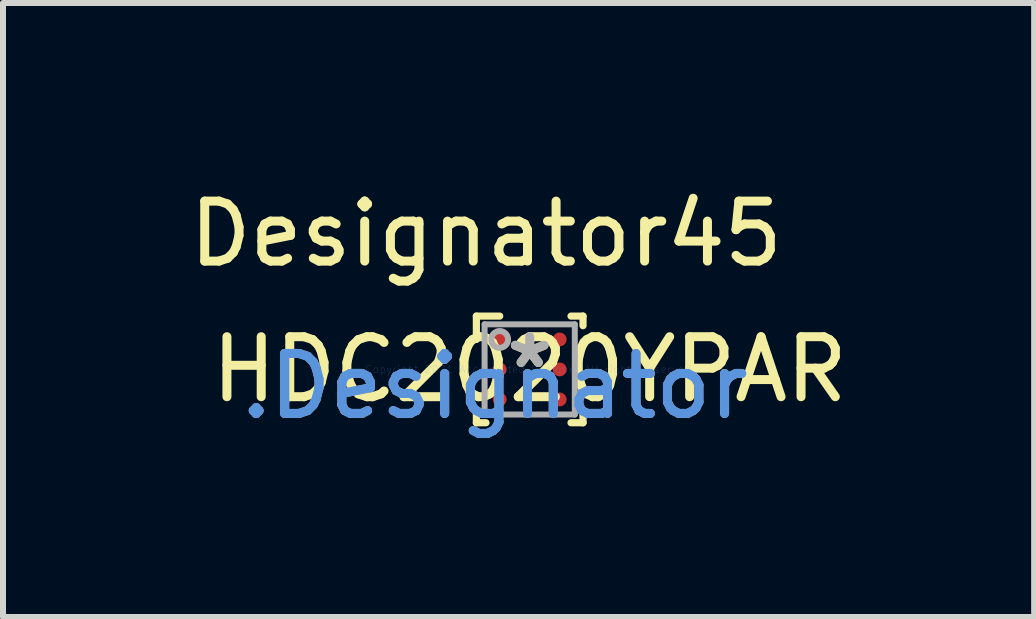
<source format=kicad_pcb>
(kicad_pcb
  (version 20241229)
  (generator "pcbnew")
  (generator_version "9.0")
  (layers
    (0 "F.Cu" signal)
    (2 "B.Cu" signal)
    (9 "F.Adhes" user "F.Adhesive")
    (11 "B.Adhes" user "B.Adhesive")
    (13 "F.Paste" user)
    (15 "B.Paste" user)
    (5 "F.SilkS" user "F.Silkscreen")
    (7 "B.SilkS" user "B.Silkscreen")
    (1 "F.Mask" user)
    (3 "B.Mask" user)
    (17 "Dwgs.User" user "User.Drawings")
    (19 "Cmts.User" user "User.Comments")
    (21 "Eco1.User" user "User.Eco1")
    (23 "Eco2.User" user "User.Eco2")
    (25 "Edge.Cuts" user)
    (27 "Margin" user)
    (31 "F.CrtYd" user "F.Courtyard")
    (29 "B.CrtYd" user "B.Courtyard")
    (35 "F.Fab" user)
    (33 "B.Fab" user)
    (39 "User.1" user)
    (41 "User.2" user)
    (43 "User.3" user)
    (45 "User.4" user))
  (footprint "HDC2020YPAR"
    (layer "F.Cu")
    (at 5.781 3.109)
    (property "Reference" "HDC2020YPAR" (at 0 0 0) (layer "F.SilkS") (effects (font (size 1 1) (thickness 0.15))))
    (attr through_hole)
    (fp_line (start -0.889 -0.889) (end -0.5 -0.889) (stroke (width 0.12) (type solid)) (layer "F.SilkS"))
    (fp_line (start -0.889 -0.5) (end -0.889 -0.889) (stroke (width 0.12) (type solid)) (layer "F.SilkS"))
    (fp_line (start -0.889 0.889) (end -0.889 0.689) (stroke (width 0.12) (type solid)) (layer "F.SilkS"))
    (fp_line (start -0.889 0.889) (end -0.729 0.889) (stroke (width 0.12) (type solid)) (layer "F.SilkS"))
    (fp_line (start 0.689 -0.889) (end 0.889 -0.889) (stroke (width 0.12) (type solid)) (layer "F.SilkS"))
    (fp_line (start 0.689 0.889) (end 0.889 0.889) (stroke (width 0.12) (type solid)) (layer "F.SilkS"))
    (fp_line (start 0.889 -0.729) (end 0.889 -0.889) (stroke (width 0.12) (type solid)) (layer "F.SilkS"))
    (fp_line (start 0.889 0.889) (end 0.889 0.729) (stroke (width 0.12) (type solid)) (layer "F.SilkS"))
    (fp_circle (center -0.575 -0.575) (end -0.55 -0.575) (stroke (width 0.05) (type solid)) (fill no) (layer "F.Paste"))
    (fp_circle (center -0.575 -0.425) (end -0.55 -0.425) (stroke (width 0.05) (type solid)) (fill no) (layer "F.Paste"))
    (fp_circle (center -0.575 -0.075) (end -0.55 -0.075) (stroke (width 0.05) (type solid)) (fill no) (layer "F.Paste"))
    (fp_circle (center -0.575 0.075) (end -0.55 0.075) (stroke (width 0.05) (type solid)) (fill no) (layer "F.Paste"))
    (fp_circle (center -0.575 0.425) (end -0.55 0.425) (stroke (width 0.05) (type solid)) (fill no) (layer "F.Paste"))
    (fp_circle (center -0.575 0.575) (end -0.55 0.575) (stroke (width 0.05) (type solid)) (fill no) (layer "F.Paste"))
    (fp_circle (center -0.425 -0.575) (end -0.4 -0.575) (stroke (width 0.05) (type solid)) (fill no) (layer "F.Paste"))
    (fp_circle (center -0.425 -0.425) (end -0.4 -0.425) (stroke (width 0.05) (type solid)) (fill no) (layer "F.Paste"))
    (fp_circle (center -0.425 -0.075) (end -0.4 -0.075) (stroke (width 0.05) (type solid)) (fill no) (layer "F.Paste"))
    (fp_circle (center -0.425 0.075) (end -0.4 0.075) (stroke (width 0.05) (type solid)) (fill no) (layer "F.Paste"))
    (fp_circle (center -0.425 0.425) (end -0.4 0.425) (stroke (width 0.05) (type solid)) (fill no) (layer "F.Paste"))
    (fp_circle (center -0.425 0.575) (end -0.4 0.575) (stroke (width 0.05) (type solid)) (fill no) (layer "F.Paste"))
    (fp_circle (center 0.425 -0.575) (end 0.45 -0.575) (stroke (width 0.05) (type solid)) (fill no) (layer "F.Paste"))
    (fp_circle (center 0.425 -0.425) (end 0.45 -0.425) (stroke (width 0.05) (type solid)) (fill no) (layer "F.Paste"))
    (fp_circle (center 0.425 -0.075) (end 0.45 -0.075) (stroke (width 0.05) (type solid)) (fill no) (layer "F.Paste"))
    (fp_circle (center 0.425 0.075) (end 0.45 0.075) (stroke (width 0.05) (type solid)) (fill no) (layer "F.Paste"))
    (fp_circle (center 0.425 0.425) (end 0.45 0.425) (stroke (width 0.05) (type solid)) (fill no) (layer "F.Paste"))
    (fp_circle (center 0.425 0.575) (end 0.45 0.575) (stroke (width 0.05) (type solid)) (fill no) (layer "F.Paste"))
    (fp_circle (center 0.575 -0.575) (end 0.6 -0.575) (stroke (width 0.05) (type solid)) (fill no) (layer "F.Paste"))
    (fp_circle (center 0.575 -0.425) (end 0.6 -0.425) (stroke (width 0.05) (type solid)) (fill no) (layer "F.Paste"))
    (fp_circle (center 0.575 -0.075) (end 0.6 -0.075) (stroke (width 0.05) (type solid)) (fill no) (layer "F.Paste"))
    (fp_circle (center 0.575 0.075) (end 0.6 0.075) (stroke (width 0.05) (type solid)) (fill no) (layer "F.Paste"))
    (fp_circle (center 0.575 0.425) (end 0.6 0.425) (stroke (width 0.05) (type solid)) (fill no) (layer "F.Paste"))
    (fp_circle (center 0.575 0.575) (end 0.6 0.575) (stroke (width 0.05) (type solid)) (fill no) (layer "F.Paste"))
    (fp_poly (pts (xy -0.625 -0.575) (xy -0.625 -0.425) (xy -0.575 -0.425) (xy -0.575 -0.575)) (stroke (width 0.1) (type solid)) (fill yes) (layer "F.Paste"))
    (fp_poly (pts (xy -0.625 -0.075) (xy -0.625 0.075) (xy -0.575 0.075) (xy -0.575 -0.075)) (stroke (width 0.1) (type solid)) (fill yes) (layer "F.Paste"))
    (fp_poly (pts (xy -0.625 0.425) (xy -0.625 0.575) (xy -0.575 0.575) (xy -0.575 0.425)) (stroke (width 0.1) (type solid)) (fill yes) (layer "F.Paste"))
    (fp_poly (pts (xy -0.575 -0.575) (xy -0.575 -0.425) (xy -0.425 -0.425) (xy -0.425 -0.575)) (stroke (width 0.1) (type solid)) (fill yes) (layer "F.Paste"))
    (fp_poly (pts (xy -0.575 -0.375) (xy -0.425 -0.375) (xy -0.425 -0.425) (xy -0.575 -0.425)) (stroke (width 0.1) (type solid)) (fill yes) (layer "F.Paste"))
    (fp_poly (pts (xy -0.575 -0.075) (xy -0.575 0.075) (xy -0.425 0.075) (xy -0.425 -0.075)) (stroke (width 0.1) (type solid)) (fill yes) (layer "F.Paste"))
    (fp_poly (pts (xy -0.575 0.125) (xy -0.425 0.125) (xy -0.425 0.075) (xy -0.575 0.075)) (stroke (width 0.1) (type solid)) (fill yes) (layer "F.Paste"))
    (fp_poly (pts (xy -0.575 0.425) (xy -0.575 0.575) (xy -0.425 0.575) (xy -0.425 0.425)) (stroke (width 0.1) (type solid)) (fill yes) (layer "F.Paste"))
    (fp_poly (pts (xy -0.575 0.625) (xy -0.425 0.625) (xy -0.425 0.575) (xy -0.575 0.575)) (stroke (width 0.1) (type solid)) (fill yes) (layer "F.Paste"))
    (fp_poly (pts (xy -0.425 -0.625) (xy -0.575 -0.625) (xy -0.575 -0.575) (xy -0.425 -0.575)) (stroke (width 0.1) (type solid)) (fill yes) (layer "F.Paste"))
    (fp_poly (pts (xy -0.425 -0.125) (xy -0.575 -0.125) (xy -0.575 -0.075) (xy -0.425 -0.075)) (stroke (width 0.1) (type solid)) (fill yes) (layer "F.Paste"))
    (fp_poly (pts (xy -0.425 0.375) (xy -0.575 0.375) (xy -0.575 0.425) (xy -0.425 0.425)) (stroke (width 0.1) (type solid)) (fill yes) (layer "F.Paste"))
    (fp_poly (pts (xy -0.375 -0.425) (xy -0.375 -0.575) (xy -0.425 -0.575) (xy -0.425 -0.425)) (stroke (width 0.1) (type solid)) (fill yes) (layer "F.Paste"))
    (fp_poly (pts (xy -0.375 0.075) (xy -0.375 -0.075) (xy -0.425 -0.075) (xy -0.425 0.075)) (stroke (width 0.1) (type solid)) (fill yes) (layer "F.Paste"))
    (fp_poly (pts (xy -0.375 0.575) (xy -0.375 0.425) (xy -0.425 0.425) (xy -0.425 0.575)) (stroke (width 0.1) (type solid)) (fill yes) (layer "F.Paste"))
    (fp_poly (pts (xy 0.375 -0.575) (xy 0.375 -0.425) (xy 0.425 -0.425) (xy 0.425 -0.575)) (stroke (width 0.1) (type solid)) (fill yes) (layer "F.Paste"))
    (fp_poly (pts (xy 0.375 -0.075) (xy 0.375 0.075) (xy 0.425 0.075) (xy 0.425 -0.075)) (stroke (width 0.1) (type solid)) (fill yes) (layer "F.Paste"))
    (fp_poly (pts (xy 0.375 0.425) (xy 0.375 0.575) (xy 0.425 0.575) (xy 0.425 0.425)) (stroke (width 0.1) (type solid)) (fill yes) (layer "F.Paste"))
    (fp_poly (pts (xy 0.425 -0.575) (xy 0.425 -0.425) (xy 0.575 -0.425) (xy 0.575 -0.575)) (stroke (width 0.1) (type solid)) (fill yes) (layer "F.Paste"))
    (fp_poly (pts (xy 0.425 -0.375) (xy 0.575 -0.375) (xy 0.575 -0.425) (xy 0.425 -0.425)) (stroke (width 0.1) (type solid)) (fill yes) (layer "F.Paste"))
    (fp_poly (pts (xy 0.425 -0.075) (xy 0.425 0.075) (xy 0.575 0.075) (xy 0.575 -0.075)) (stroke (width 0.1) (type solid)) (fill yes) (layer "F.Paste"))
    (fp_poly (pts (xy 0.425 0.125) (xy 0.575 0.125) (xy 0.575 0.075) (xy 0.425 0.075)) (stroke (width 0.1) (type solid)) (fill yes) (layer "F.Paste"))
    (fp_poly (pts (xy 0.425 0.425) (xy 0.425 0.575) (xy 0.575 0.575) (xy 0.575 0.425)) (stroke (width 0.1) (type solid)) (fill yes) (layer "F.Paste"))
    (fp_poly (pts (xy 0.425 0.625) (xy 0.575 0.625) (xy 0.575 0.575) (xy 0.425 0.575)) (stroke (width 0.1) (type solid)) (fill yes) (layer "F.Paste"))
    (fp_poly (pts (xy 0.575 -0.625) (xy 0.425 -0.625) (xy 0.425 -0.575) (xy 0.575 -0.575)) (stroke (width 0.1) (type solid)) (fill yes) (layer "F.Paste"))
    (fp_poly (pts (xy 0.575 -0.125) (xy 0.425 -0.125) (xy 0.425 -0.075) (xy 0.575 -0.075)) (stroke (width 0.1) (type solid)) (fill yes) (layer "F.Paste"))
    (fp_poly (pts (xy 0.575 0.375) (xy 0.425 0.375) (xy 0.425 0.425) (xy 0.575 0.425)) (stroke (width 0.1) (type solid)) (fill yes) (layer "F.Paste"))
    (fp_poly (pts (xy 0.625 -0.425) (xy 0.625 -0.575) (xy 0.575 -0.575) (xy 0.575 -0.425)) (stroke (width 0.1) (type solid)) (fill yes) (layer "F.Paste"))
    (fp_poly (pts (xy 0.625 0.075) (xy 0.625 -0.075) (xy 0.575 -0.075) (xy 0.575 0.075)) (stroke (width 0.1) (type solid)) (fill yes) (layer "F.Paste"))
    (fp_poly (pts (xy 0.625 0.575) (xy 0.625 0.425) (xy 0.575 0.425) (xy 0.575 0.575)) (stroke (width 0.1) (type solid)) (fill yes) (layer "F.Paste"))
    (fp_line (start -0.752 -0.752) (end 0.752 -0.752) (stroke (width 0.1) (type solid)) (layer "F.Fab"))
    (fp_line (start -0.752 0.752) (end -0.752 -0.752) (stroke (width 0.1) (type solid)) (layer "F.Fab"))
    (fp_line (start -0.752 0.752) (end 0.752 0.752) (stroke (width 0.1) (type solid)) (layer "F.Fab"))
    (fp_line (start 0.752 0.752) (end 0.752 -0.752) (stroke (width 0.1) (type solid)) (layer "F.Fab"))
    (fp_circle (center -0.5 -0.5) (end -0.36 -0.5) (stroke (width 0.1) (type solid)) (fill no) (layer "F.Fab"))
    (fp_text user "*" (at 0 0 0) (layer "F.SilkS") (effects (font (size 1 1) (thickness 0.15))))
    (fp_text user "Designator45" (at -0.727 -2.261 0) (layer "F.SilkS") (effects (font (size 1 1) (thickness 0.15))))
    (fp_text user ".Designator" (at -0.584 0.279 0) (layer "Cmts.User") (effects (font (size 1 1) (thickness 0.15))))
    (fp_text user "Copyright 2021 Accelerated Designs. All rights reserved." (at 0 0 0) (layer "Cmts.User") (effects (font (size 0.127 0.127) (thickness 0.002))))
    (fp_text user ".Designator" (at -0.584 0.279 0) (layer "F.Fab") (effects (font (size 1 1) (thickness 0.15))))
    (fp_text user "*" (at 0 0 0) (layer "F.Fab") (effects (font (size 1 1) (thickness 0.15))))
    (pad "A1" smd circle (at -0.5 -0.5) (size 0.23 0.23) (layers "F.Cu" "F.Mask"))
    (pad "A2" smd circle (at 0.5 -0.5) (size 0.23 0.23) (layers "F.Cu" "F.Mask"))
    (pad "B1" smd circle (at -0.5 0) (size 0.23 0.23) (layers "F.Cu" "F.Mask"))
    (pad "B2" smd circle (at 0.5 0) (size 0.23 0.23) (layers "F.Cu" "F.Mask"))
    (pad "C1" smd circle (at -0.5 0.5) (size 0.23 0.23) (layers "F.Cu" "F.Mask"))
    (pad "C2" smd circle (at 0.5 0.5) (size 0.23 0.23) (layers "F.Cu" "F.Mask")))
  (gr_rect
    (start -3 -3)
    (end 14.191 7.237)
    (stroke (width 0.1) (type default))
    (fill no)
    (layer "Edge.Cuts")))
</source>
